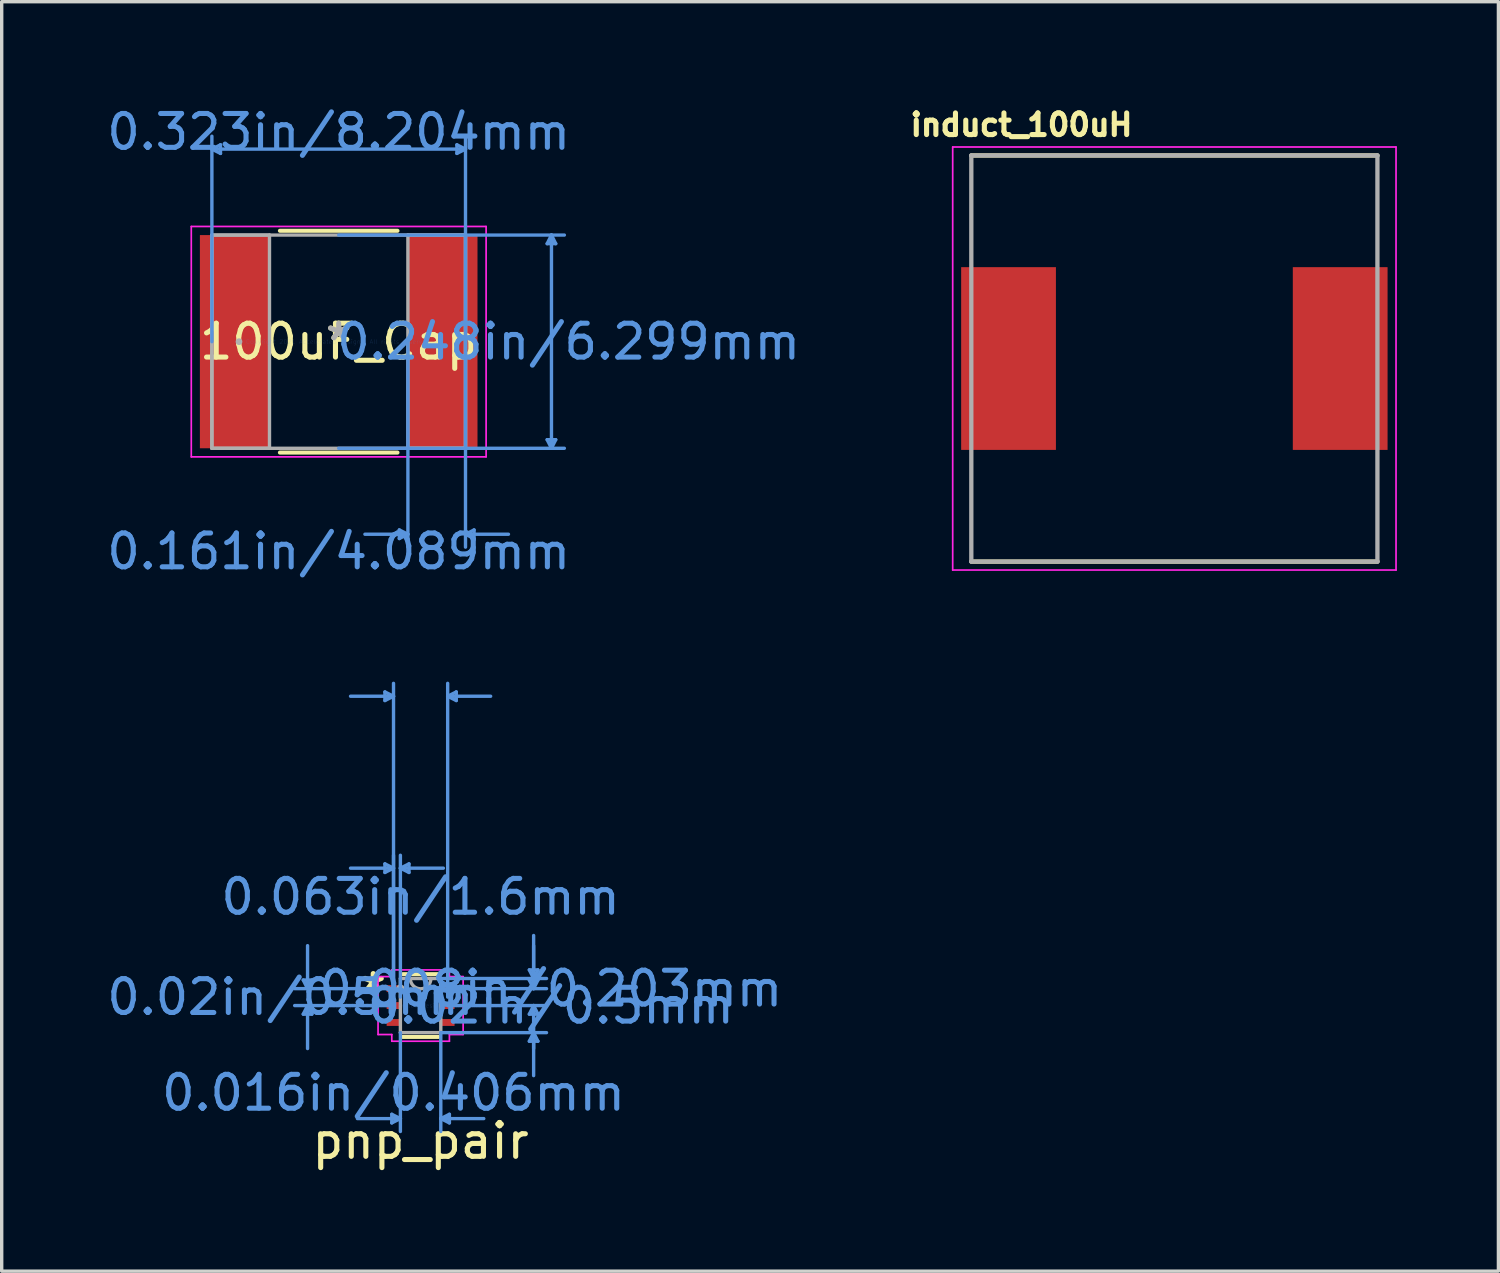
<source format=kicad_pcb>
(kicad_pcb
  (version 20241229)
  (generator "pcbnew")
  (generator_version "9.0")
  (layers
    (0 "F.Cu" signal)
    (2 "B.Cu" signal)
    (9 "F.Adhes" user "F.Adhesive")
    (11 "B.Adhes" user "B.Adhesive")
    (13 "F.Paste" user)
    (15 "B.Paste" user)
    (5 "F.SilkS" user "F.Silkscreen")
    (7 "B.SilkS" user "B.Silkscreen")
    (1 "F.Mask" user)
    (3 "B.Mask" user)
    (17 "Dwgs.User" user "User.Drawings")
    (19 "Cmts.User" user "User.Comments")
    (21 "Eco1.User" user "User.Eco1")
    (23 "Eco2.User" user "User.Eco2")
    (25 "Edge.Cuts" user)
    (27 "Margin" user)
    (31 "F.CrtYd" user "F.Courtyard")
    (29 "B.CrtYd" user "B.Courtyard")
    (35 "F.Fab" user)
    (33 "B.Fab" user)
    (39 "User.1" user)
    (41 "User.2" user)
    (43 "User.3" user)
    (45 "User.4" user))
  (footprint "pnp_pair"
    (layer "F.Cu")
    (at 9.378 26.663)
    (property "Reference" "pnp_pair" (at 0 4 0) (layer "F.SilkS") (effects (font (size 1 1) (thickness 0.15))))
    (attr through_hole)
    (fp_line (start -0.528 0.927) (end 0.528 0.927) (stroke (width 0.12) (type solid)) (layer "F.SilkS"))
    (fp_line (start 0.528 -0.927) (end -0.528 -0.927) (stroke (width 0.12) (type solid)) (layer "F.SilkS"))
    (fp_line (start -3.467 -0.754) (end -3.213 -0.754) (stroke (width 0.1) (type solid)) (layer "Cmts.User"))
    (fp_line (start -3.467 0.254) (end -3.213 0.254) (stroke (width 0.1) (type solid)) (layer "Cmts.User"))
    (fp_line (start -3.34 -0.5) (end -3.467 -0.754) (stroke (width 0.1) (type solid)) (layer "Cmts.User"))
    (fp_line (start -3.34 -0.5) (end -3.34 -1.77) (stroke (width 0.1) (type solid)) (layer "Cmts.User"))
    (fp_line (start -3.34 -0.5) (end -3.213 -0.754) (stroke (width 0.1) (type solid)) (layer "Cmts.User"))
    (fp_line (start -3.34 0) (end -3.467 0.254) (stroke (width 0.1) (type solid)) (layer "Cmts.User"))
    (fp_line (start -3.34 0) (end -3.34 1.27) (stroke (width 0.1) (type solid)) (layer "Cmts.User"))
    (fp_line (start -3.34 0) (end -3.213 0.254) (stroke (width 0.1) (type solid)) (layer "Cmts.User"))
    (fp_line (start -1.054 -9.267) (end -1.054 -9.013) (stroke (width 0.1) (type solid)) (layer "Cmts.User"))
    (fp_line (start -1.054 -4.187) (end -1.054 -3.933) (stroke (width 0.1) (type solid)) (layer "Cmts.User"))
    (fp_line (start -0.851 3.213) (end -0.851 3.467) (stroke (width 0.1) (type solid)) (layer "Cmts.User"))
    (fp_line (start -0.8 -9.14) (end -2.07 -9.14) (stroke (width 0.1) (type solid)) (layer "Cmts.User"))
    (fp_line (start -0.8 -9.14) (end -1.054 -9.267) (stroke (width 0.1) (type solid)) (layer "Cmts.User"))
    (fp_line (start -0.8 -9.14) (end -1.054 -9.013) (stroke (width 0.1) (type solid)) (layer "Cmts.User"))
    (fp_line (start -0.8 -4.06) (end -2.07 -4.06) (stroke (width 0.1) (type solid)) (layer "Cmts.User"))
    (fp_line (start -0.8 -4.06) (end -1.054 -4.187) (stroke (width 0.1) (type solid)) (layer "Cmts.User"))
    (fp_line (start -0.8 -4.06) (end -1.054 -3.933) (stroke (width 0.1) (type solid)) (layer "Cmts.User"))
    (fp_line (start -0.8 -0.5) (end -3.721 -0.5) (stroke (width 0.1) (type solid)) (layer "Cmts.User"))
    (fp_line (start -0.8 -0.25) (end -0.8 -9.521) (stroke (width 0.1) (type solid)) (layer "Cmts.User"))
    (fp_line (start -0.8 -0.25) (end -0.8 -4.441) (stroke (width 0.1) (type solid)) (layer "Cmts.User"))
    (fp_line (start -0.8 0) (end -3.721 0) (stroke (width 0.1) (type solid)) (layer "Cmts.User"))
    (fp_line (start -0.597 -4.06) (end -0.343 -4.187) (stroke (width 0.1) (type solid)) (layer "Cmts.User"))
    (fp_line (start -0.597 -4.06) (end -0.343 -3.933) (stroke (width 0.1) (type solid)) (layer "Cmts.User"))
    (fp_line (start -0.597 -4.06) (end 0.673 -4.06) (stroke (width 0.1) (type solid)) (layer "Cmts.User"))
    (fp_line (start -0.597 -0.25) (end -0.597 -4.441) (stroke (width 0.1) (type solid)) (layer "Cmts.User"))
    (fp_line (start -0.597 0.8) (end -0.597 3.721) (stroke (width 0.1) (type solid)) (layer "Cmts.User"))
    (fp_line (start -0.597 3.34) (end -1.867 3.34) (stroke (width 0.1) (type solid)) (layer "Cmts.User"))
    (fp_line (start -0.597 3.34) (end -0.851 3.213) (stroke (width 0.1) (type solid)) (layer "Cmts.User"))
    (fp_line (start -0.597 3.34) (end -0.851 3.467) (stroke (width 0.1) (type solid)) (layer "Cmts.User"))
    (fp_line (start -0.343 -4.187) (end -0.343 -3.933) (stroke (width 0.1) (type solid)) (layer "Cmts.User"))
    (fp_line (start 0.597 -0.8) (end 3.721 -0.8) (stroke (width 0.1) (type solid)) (layer "Cmts.User"))
    (fp_line (start 0.597 0.8) (end 0.597 3.721) (stroke (width 0.1) (type solid)) (layer "Cmts.User"))
    (fp_line (start 0.597 0.8) (end 3.721 0.8) (stroke (width 0.1) (type solid)) (layer "Cmts.User"))
    (fp_line (start 0.597 3.34) (end 0.851 3.213) (stroke (width 0.1) (type solid)) (layer "Cmts.User"))
    (fp_line (start 0.597 3.34) (end 0.851 3.467) (stroke (width 0.1) (type solid)) (layer "Cmts.User"))
    (fp_line (start 0.597 3.34) (end 1.867 3.34) (stroke (width 0.1) (type solid)) (layer "Cmts.User"))
    (fp_line (start 0.8 -9.14) (end 1.054 -9.267) (stroke (width 0.1) (type solid)) (layer "Cmts.User"))
    (fp_line (start 0.8 -9.14) (end 1.054 -9.013) (stroke (width 0.1) (type solid)) (layer "Cmts.User"))
    (fp_line (start 0.8 -9.14) (end 2.07 -9.14) (stroke (width 0.1) (type solid)) (layer "Cmts.User"))
    (fp_line (start 0.8 -0.5) (end 3.721 -0.5) (stroke (width 0.1) (type solid)) (layer "Cmts.User"))
    (fp_line (start 0.8 -0.25) (end 0.8 -9.521) (stroke (width 0.1) (type solid)) (layer "Cmts.User"))
    (fp_line (start 0.8 0) (end 3.721 0) (stroke (width 0.1) (type solid)) (layer "Cmts.User"))
    (fp_line (start 0.851 3.213) (end 0.851 3.467) (stroke (width 0.1) (type solid)) (layer "Cmts.User"))
    (fp_line (start 1.054 -9.267) (end 1.054 -9.013) (stroke (width 0.1) (type solid)) (layer "Cmts.User"))
    (fp_line (start 3.213 -1.054) (end 3.467 -1.054) (stroke (width 0.1) (type solid)) (layer "Cmts.User"))
    (fp_line (start 3.213 -0.754) (end 3.467 -0.754) (stroke (width 0.1) (type solid)) (layer "Cmts.User"))
    (fp_line (start 3.213 0.254) (end 3.467 0.254) (stroke (width 0.1) (type solid)) (layer "Cmts.User"))
    (fp_line (start 3.213 1.054) (end 3.467 1.054) (stroke (width 0.1) (type solid)) (layer "Cmts.User"))
    (fp_line (start 3.34 -0.8) (end 3.213 -1.054) (stroke (width 0.1) (type solid)) (layer "Cmts.User"))
    (fp_line (start 3.34 -0.8) (end 3.34 -2.07) (stroke (width 0.1) (type solid)) (layer "Cmts.User"))
    (fp_line (start 3.34 -0.8) (end 3.467 -1.054) (stroke (width 0.1) (type solid)) (layer "Cmts.User"))
    (fp_line (start 3.34 -0.5) (end 3.213 -0.754) (stroke (width 0.1) (type solid)) (layer "Cmts.User"))
    (fp_line (start 3.34 -0.5) (end 3.34 -1.77) (stroke (width 0.1) (type solid)) (layer "Cmts.User"))
    (fp_line (start 3.34 -0.5) (end 3.467 -0.754) (stroke (width 0.1) (type solid)) (layer "Cmts.User"))
    (fp_line (start 3.34 0) (end 3.213 0.254) (stroke (width 0.1) (type solid)) (layer "Cmts.User"))
    (fp_line (start 3.34 0) (end 3.34 1.27) (stroke (width 0.1) (type solid)) (layer "Cmts.User"))
    (fp_line (start 3.34 0) (end 3.467 0.254) (stroke (width 0.1) (type solid)) (layer "Cmts.User"))
    (fp_line (start 3.34 0.8) (end 3.213 1.054) (stroke (width 0.1) (type solid)) (layer "Cmts.User"))
    (fp_line (start 3.34 0.8) (end 3.34 2.07) (stroke (width 0.1) (type solid)) (layer "Cmts.User"))
    (fp_line (start 3.34 0.8) (end 3.467 1.054) (stroke (width 0.1) (type solid)) (layer "Cmts.User"))
    (fp_line (start -1.257 -0.856) (end -0.851 -0.856) (stroke (width 0.05) (type solid)) (layer "F.CrtYd"))
    (fp_line (start -1.257 0.856) (end -1.257 -0.856) (stroke (width 0.05) (type solid)) (layer "F.CrtYd"))
    (fp_line (start -0.851 -1.054) (end 0.851 -1.054) (stroke (width 0.05) (type solid)) (layer "F.CrtYd"))
    (fp_line (start -0.851 -0.856) (end -0.851 -1.054) (stroke (width 0.05) (type solid)) (layer "F.CrtYd"))
    (fp_line (start -0.851 0.856) (end -1.257 0.856) (stroke (width 0.05) (type solid)) (layer "F.CrtYd"))
    (fp_line (start -0.851 1.054) (end -0.851 0.856) (stroke (width 0.05) (type solid)) (layer "F.CrtYd"))
    (fp_line (start 0.851 -1.054) (end 0.851 -0.856) (stroke (width 0.05) (type solid)) (layer "F.CrtYd"))
    (fp_line (start 0.851 -0.856) (end 1.257 -0.856) (stroke (width 0.05) (type solid)) (layer "F.CrtYd"))
    (fp_line (start 0.851 0.856) (end 0.851 1.054) (stroke (width 0.05) (type solid)) (layer "F.CrtYd"))
    (fp_line (start 0.851 1.054) (end -0.851 1.054) (stroke (width 0.05) (type solid)) (layer "F.CrtYd"))
    (fp_line (start 1.257 -0.856) (end 1.257 0.856) (stroke (width 0.05) (type solid)) (layer "F.CrtYd"))
    (fp_line (start 1.257 0.856) (end 0.851 0.856) (stroke (width 0.05) (type solid)) (layer "F.CrtYd"))
    (fp_line (start -0.597 -0.8) (end -0.597 0.8) (stroke (width 0.1) (type solid)) (layer "F.Fab"))
    (fp_line (start -0.597 0.8) (end 0.597 0.8) (stroke (width 0.1) (type solid)) (layer "F.Fab"))
    (fp_line (start 0.597 -0.8) (end -0.597 -0.8) (stroke (width 0.1) (type solid)) (layer "F.Fab"))
    (fp_line (start 0.597 0.8) (end 0.597 -0.8) (stroke (width 0.1) (type solid)) (layer "F.Fab"))
    (fp_arc (start 0.3048 -0.8001) (mid 0 -0.4953) (end -0.3048 -0.8001) (stroke (width 0.1) (type solid)) (layer "F.Fab"))
    (fp_circle (center -0.597 -0.5) (end -0.521 -0.5) (stroke (width 0.1) (type solid)) (fill no) (layer "F.Fab"))
    (fp_text user "*" (at -1.4 -0.4 0) (layer "F.SilkS") (effects (font (size 1 1) (thickness 0.15))))
    (fp_text user "0.016in/0.406mm" (at -0.8 2.578 0) (layer "Cmts.User") (effects (font (size 1 1) (thickness 0.15))))
    (fp_text user "0.02in/0.5mm" (at -3.848 -0.25 0) (layer "Cmts.User") (effects (font (size 1 1) (thickness 0.15))))
    (fp_text user "0.008in/0.203mm" (at 3.848 -0.5 0) (layer "Cmts.User") (effects (font (size 1 1) (thickness 0.15))))
    (fp_text user "0.063in/1.6mm" (at 0 -3.213 0) (layer "Cmts.User") (effects (font (size 1 1) (thickness 0.15))))
    (fp_text user "Copyright 2021 Accelerated Designs. All rights reserved." (at 0 0 0) (layer "Cmts.User") (effects (font (size 0.127 0.127) (thickness 0.002))))
    (fp_text user "0.02in/0.5mm" (at 3.848 0.004 0) (layer "Cmts.User") (effects (font (size 1 1) (thickness 0.15))))
    (pad "1" smd rect (at -0.8 -0.5) (size 0.406 0.203) (layers "F.Cu" "F.Mask" "F.Paste"))
    (pad "2" smd rect (at -0.8 0) (size 0.406 0.203) (layers "F.Cu" "F.Mask" "F.Paste"))
    (pad "3" smd rect (at -0.8 0.5) (size 0.406 0.203) (layers "F.Cu" "F.Mask" "F.Paste"))
    (pad "4" smd rect (at 0.8 0.5) (size 0.406 0.203) (layers "F.Cu" "F.Mask" "F.Paste"))
    (pad "5" smd rect (at 0.8 0) (size 0.406 0.203) (layers "F.Cu" "F.Mask" "F.Paste"))
    (pad "6" smd rect (at 0.8 -0.5) (size 0.406 0.203) (layers "F.Cu" "F.Mask" "F.Paste")))
  (footprint "induct_100uH"
    (layer "F.Cu")
    (at 31.651 7.544)
    (property "Reference" "induct_100uH" (at -4.518 -6.906 0) (layer "F.SilkS") (effects (font (size 0.64 0.64) (thickness 0.15))))
    (attr through_hole)
    (fp_line (start -6 -6) (end 6 -6) (stroke (width 0.127) (type solid)) (layer "F.SilkS"))
    (fp_line (start -6 6) (end 6 6) (stroke (width 0.127) (type solid)) (layer "F.SilkS"))
    (fp_line (start -6.55 -6.25) (end -6.55 6.25) (stroke (width 0.05) (type solid)) (layer "F.CrtYd"))
    (fp_line (start -6.55 6.25) (end 6.55 6.25) (stroke (width 0.05) (type solid)) (layer "F.CrtYd"))
    (fp_line (start 6.55 -6.25) (end -6.55 -6.25) (stroke (width 0.05) (type solid)) (layer "F.CrtYd"))
    (fp_line (start 6.55 6.25) (end 6.55 -6.25) (stroke (width 0.05) (type solid)) (layer "F.CrtYd"))
    (fp_line (start -6 -6) (end -6 6) (stroke (width 0.127) (type solid)) (layer "F.Fab"))
    (fp_line (start -6 -6) (end 6 -6) (stroke (width 0.127) (type solid)) (layer "F.Fab"))
    (fp_line (start -6 6) (end 6 6) (stroke (width 0.127) (type solid)) (layer "F.Fab"))
    (fp_line (start 6 -6) (end 6 6) (stroke (width 0.127) (type solid)) (layer "F.Fab"))
    (pad "1" smd rect (at -4.9 0) (size 2.8 5.4) (layers "F.Cu" "F.Mask" "F.Paste"))
    (pad "2" smd rect (at 4.9 0) (size 2.8 5.4) (layers "F.Cu" "F.Mask" "F.Paste")))
  (footprint "100uF_Cap"
    (layer "F.Cu")
    (at 6.958 7.046)
    (property "Reference" "100uF_Cap" (at 0 0 0) (layer "F.SilkS") (effects (font (size 1 1) (thickness 0.15))))
    (attr through_hole)
    (fp_line (start -1.737 3.277) (end 1.737 3.277) (stroke (width 0.12) (type solid)) (layer "F.SilkS"))
    (fp_line (start 1.737 -3.277) (end -1.737 -3.277) (stroke (width 0.12) (type solid)) (layer "F.SilkS"))
    (fp_line (start -3.747 -5.69) (end -3.493 -5.817) (stroke (width 0.1) (type solid)) (layer "Cmts.User"))
    (fp_line (start -3.747 -5.69) (end -3.493 -5.563) (stroke (width 0.1) (type solid)) (layer "Cmts.User"))
    (fp_line (start -3.747 -5.69) (end 3.747 -5.69) (stroke (width 0.1) (type solid)) (layer "Cmts.User"))
    (fp_line (start -3.747 0) (end -3.747 -6.071) (stroke (width 0.1) (type solid)) (layer "Cmts.User"))
    (fp_line (start -3.493 -5.817) (end -3.493 -5.563) (stroke (width 0.1) (type solid)) (layer "Cmts.User"))
    (fp_line (start 0 -3.15) (end 6.668 -3.15) (stroke (width 0.1) (type solid)) (layer "Cmts.User"))
    (fp_line (start 0 3.15) (end 6.668 3.15) (stroke (width 0.1) (type solid)) (layer "Cmts.User"))
    (fp_line (start 1.791 5.563) (end 1.791 5.817) (stroke (width 0.1) (type solid)) (layer "Cmts.User"))
    (fp_line (start 2.045 0) (end 2.045 6.071) (stroke (width 0.1) (type solid)) (layer "Cmts.User"))
    (fp_line (start 2.045 5.69) (end 0.775 5.69) (stroke (width 0.1) (type solid)) (layer "Cmts.User"))
    (fp_line (start 2.045 5.69) (end 1.791 5.563) (stroke (width 0.1) (type solid)) (layer "Cmts.User"))
    (fp_line (start 2.045 5.69) (end 1.791 5.817) (stroke (width 0.1) (type solid)) (layer "Cmts.User"))
    (fp_line (start 3.493 -5.817) (end 3.493 -5.563) (stroke (width 0.1) (type solid)) (layer "Cmts.User"))
    (fp_line (start 3.747 -5.69) (end 3.493 -5.817) (stroke (width 0.1) (type solid)) (layer "Cmts.User"))
    (fp_line (start 3.747 -5.69) (end 3.493 -5.563) (stroke (width 0.1) (type solid)) (layer "Cmts.User"))
    (fp_line (start 3.747 0) (end 3.747 -6.071) (stroke (width 0.1) (type solid)) (layer "Cmts.User"))
    (fp_line (start 3.747 0) (end 3.747 6.071) (stroke (width 0.1) (type solid)) (layer "Cmts.User"))
    (fp_line (start 3.747 5.69) (end 4 5.563) (stroke (width 0.1) (type solid)) (layer "Cmts.User"))
    (fp_line (start 3.747 5.69) (end 4 5.817) (stroke (width 0.1) (type solid)) (layer "Cmts.User"))
    (fp_line (start 3.747 5.69) (end 5.016 5.69) (stroke (width 0.1) (type solid)) (layer "Cmts.User"))
    (fp_line (start 4 5.563) (end 4 5.817) (stroke (width 0.1) (type solid)) (layer "Cmts.User"))
    (fp_line (start 6.16 -2.896) (end 6.413 -2.896) (stroke (width 0.1) (type solid)) (layer "Cmts.User"))
    (fp_line (start 6.16 2.896) (end 6.413 2.896) (stroke (width 0.1) (type solid)) (layer "Cmts.User"))
    (fp_line (start 6.287 -3.15) (end 6.16 -2.896) (stroke (width 0.1) (type solid)) (layer "Cmts.User"))
    (fp_line (start 6.287 -3.15) (end 6.287 3.15) (stroke (width 0.1) (type solid)) (layer "Cmts.User"))
    (fp_line (start 6.287 -3.15) (end 6.413 -2.896) (stroke (width 0.1) (type solid)) (layer "Cmts.User"))
    (fp_line (start 6.287 3.15) (end 6.16 2.896) (stroke (width 0.1) (type solid)) (layer "Cmts.User"))
    (fp_line (start 6.287 3.15) (end 6.413 2.896) (stroke (width 0.1) (type solid)) (layer "Cmts.User"))
    (fp_line (start -4.356 -3.404) (end 4.356 -3.404) (stroke (width 0.05) (type solid)) (layer "F.CrtYd"))
    (fp_line (start -4.356 3.404) (end -4.356 -3.404) (stroke (width 0.05) (type solid)) (layer "F.CrtYd"))
    (fp_line (start 4.356 -3.404) (end 4.356 3.404) (stroke (width 0.05) (type solid)) (layer "F.CrtYd"))
    (fp_line (start 4.356 3.404) (end -4.356 3.404) (stroke (width 0.05) (type solid)) (layer "F.CrtYd"))
    (fp_line (start -3.747 -3.15) (end -3.747 3.15) (stroke (width 0.1) (type solid)) (layer "F.Fab"))
    (fp_line (start -3.747 -3.15) (end -3.747 3.15) (stroke (width 0.1) (type solid)) (layer "F.Fab"))
    (fp_line (start -3.747 3.15) (end -2.045 3.15) (stroke (width 0.1) (type solid)) (layer "F.Fab"))
    (fp_line (start -3.747 3.15) (end 3.747 3.15) (stroke (width 0.1) (type solid)) (layer "F.Fab"))
    (fp_line (start -2.045 -3.15) (end -3.747 -3.15) (stroke (width 0.1) (type solid)) (layer "F.Fab"))
    (fp_line (start -2.045 3.15) (end -2.045 -3.15) (stroke (width 0.1) (type solid)) (layer "F.Fab"))
    (fp_line (start 2.045 -3.15) (end 2.045 3.15) (stroke (width 0.1) (type solid)) (layer "F.Fab"))
    (fp_line (start 2.045 3.15) (end 3.747 3.15) (stroke (width 0.1) (type solid)) (layer "F.Fab"))
    (fp_line (start 3.747 -3.15) (end -3.747 -3.15) (stroke (width 0.1) (type solid)) (layer "F.Fab"))
    (fp_line (start 3.747 -3.15) (end 2.045 -3.15) (stroke (width 0.1) (type solid)) (layer "F.Fab"))
    (fp_line (start 3.747 3.15) (end 3.747 -3.15) (stroke (width 0.1) (type solid)) (layer "F.Fab"))
    (fp_line (start 3.747 3.15) (end 3.747 -3.15) (stroke (width 0.1) (type solid)) (layer "F.Fab"))
    (fp_circle (center -2.946 0) (end -2.946 0) (stroke (width 0.1) (type solid)) (fill no) (layer "F.Fab"))
    (fp_text user "*" (at 0 0 0) (layer "F.SilkS") (effects (font (size 1 1) (thickness 0.15))))
    (fp_text user "0.323in/8.204mm" (at 0 -6.198 0) (layer "Cmts.User") (effects (font (size 1 1) (thickness 0.15))))
    (fp_text user "0.161in/4.089mm" (at 0 6.198 0) (layer "Cmts.User") (effects (font (size 1 1) (thickness 0.15))))
    (fp_text user "Copyright 2021 Accelerated Designs. All rights reserved." (at 0 0 0) (layer "Cmts.User") (effects (font (size 0.127 0.127) (thickness 0.002))))
    (fp_text user "0.248in/6.299mm" (at 6.795 0 0) (layer "Cmts.User") (effects (font (size 1 1) (thickness 0.15))))
    (fp_text user "*" (at 0 0 0) (layer "F.Fab") (effects (font (size 1 1) (thickness 0.15))))
    (pad "1" smd rect (at -3.073 0) (size 2.057 6.299) (layers "F.Cu" "F.Mask" "F.Paste"))
    (pad "2" smd rect (at 3.073 0) (size 2.057 6.299) (layers "F.Cu" "F.Mask" "F.Paste")))
  (gr_rect
    (start -3 -3)
    (end 41.226 34.511)
    (stroke (width 0.1) (type default))
    (fill no)
    (layer "Edge.Cuts")))
</source>
